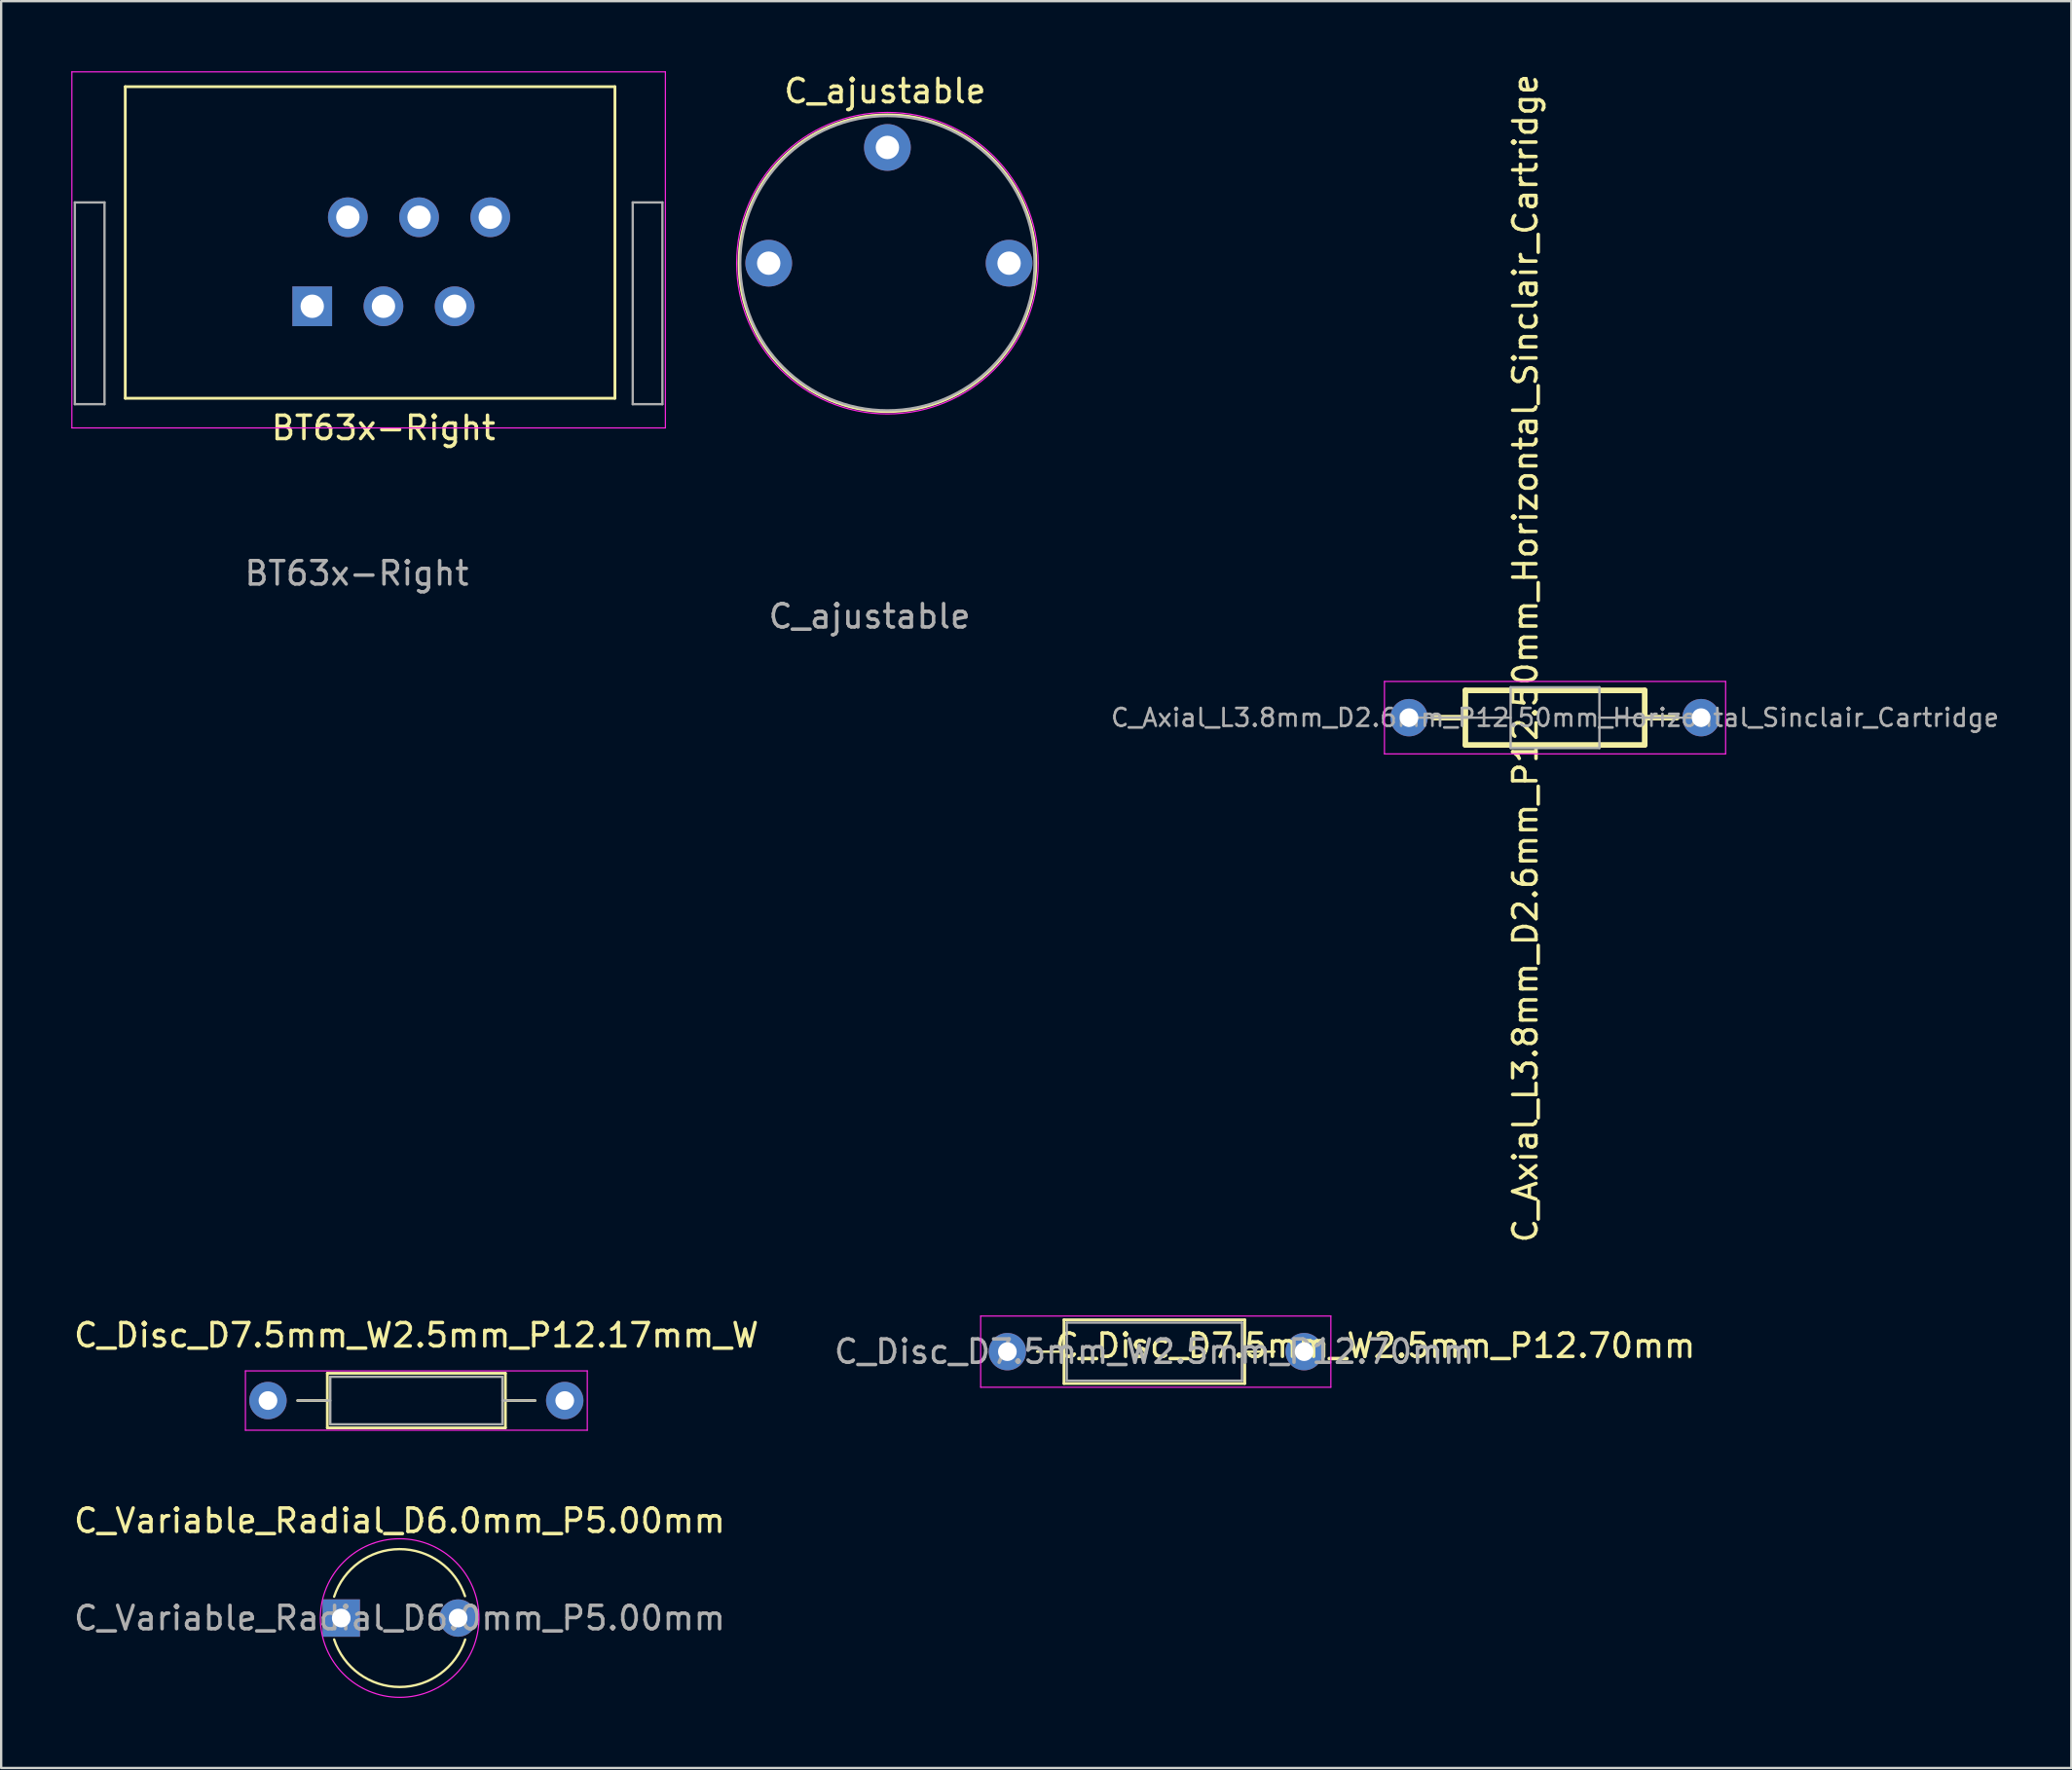
<source format=kicad_pcb>
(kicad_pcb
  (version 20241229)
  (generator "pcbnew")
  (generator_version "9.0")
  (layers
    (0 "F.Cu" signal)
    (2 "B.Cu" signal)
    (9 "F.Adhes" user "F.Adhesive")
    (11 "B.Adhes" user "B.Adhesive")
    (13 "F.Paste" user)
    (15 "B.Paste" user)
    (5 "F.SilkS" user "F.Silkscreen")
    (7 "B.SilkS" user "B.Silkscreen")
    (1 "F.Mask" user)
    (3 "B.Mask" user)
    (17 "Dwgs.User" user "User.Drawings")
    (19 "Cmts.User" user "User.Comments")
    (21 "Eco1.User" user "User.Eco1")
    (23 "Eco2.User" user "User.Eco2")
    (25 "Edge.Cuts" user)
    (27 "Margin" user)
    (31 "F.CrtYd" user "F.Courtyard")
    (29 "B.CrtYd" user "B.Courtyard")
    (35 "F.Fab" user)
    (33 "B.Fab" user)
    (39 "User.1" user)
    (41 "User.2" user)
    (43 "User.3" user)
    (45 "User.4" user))
  (footprint "C_Disc_D7.5mm_W2.5mm_P12.17mm_W"
    (layer "F.Cu")
    (at 8.418 56.892)
    (property "Reference" "C_Disc_D7.5mm_W2.5mm_P12.17mm_W" (at 6.35 -2.794 180) (layer "F.SilkS") (effects (font (size 1 1) (thickness 0.15))))
    (attr through_hole)
    (fp_line (start 1.27 0) (end 2.54 0) (stroke (width 0.12) (type solid)) (layer "F.SilkS"))
    (fp_line (start 2.54 -1.168) (end 2.54 1.168) (stroke (width 0.12) (type solid)) (layer "F.SilkS"))
    (fp_line (start 2.54 1.168) (end 10.16 1.168) (stroke (width 0.12) (type solid)) (layer "F.SilkS"))
    (fp_line (start 10.16 -1.168) (end 2.54 -1.168) (stroke (width 0.12) (type solid)) (layer "F.SilkS"))
    (fp_line (start 10.16 1.168) (end 10.16 -1.168) (stroke (width 0.12) (type solid)) (layer "F.SilkS"))
    (fp_line (start 11.43 0) (end 10.16 0) (stroke (width 0.12) (type solid)) (layer "F.SilkS"))
    (fp_line (start -0.965 -1.27) (end -0.965 1.27) (stroke (width 0.05) (type solid)) (layer "F.CrtYd"))
    (fp_line (start -0.965 1.27) (end 13.665 1.27) (stroke (width 0.05) (type solid)) (layer "F.CrtYd"))
    (fp_line (start 13.665 -1.27) (end -0.965 -1.27) (stroke (width 0.05) (type solid)) (layer "F.CrtYd"))
    (fp_line (start 13.665 1.27) (end 13.665 -1.27) (stroke (width 0.05) (type solid)) (layer "F.CrtYd"))
    (fp_line (start 1.27 0) (end 2.667 0) (stroke (width 0.1) (type solid)) (layer "F.Fab"))
    (fp_line (start 2.667 -1.016) (end 2.667 1.016) (stroke (width 0.1) (type solid)) (layer "F.Fab"))
    (fp_line (start 2.667 1.016) (end 10.033 1.016) (stroke (width 0.1) (type solid)) (layer "F.Fab"))
    (fp_line (start 10.033 -1.016) (end 2.667 -1.016) (stroke (width 0.1) (type solid)) (layer "F.Fab"))
    (fp_line (start 10.033 1.016) (end 10.033 -1.016) (stroke (width 0.1) (type solid)) (layer "F.Fab"))
    (fp_line (start 11.43 0) (end 10.033 0) (stroke (width 0.1) (type solid)) (layer "F.Fab"))
    (pad "1" thru_hole circle (at 0 0) (size 1.6 1.6) (drill 0.8) (layers "*.Cu" "*.Mask"))
    (pad "2" thru_hole oval (at 12.7 0) (size 1.6 1.6) (drill 0.8) (layers "*.Cu" "*.Mask")))
  (footprint "BT63x-Right"
    (layer "F.Cu")
    (at 10.312 10.058)
    (property "Reference" "BT63x-Right" (at 3.048 5.207 180) (layer "F.SilkS") (effects (font (size 1 1) (thickness 0.15))))
    (attr through_hole)
    (fp_line (start -8.001 -9.398) (end 12.954 -9.398) (stroke (width 0.12) (type solid)) (layer "F.SilkS"))
    (fp_line (start -8.001 3.937) (end -8.001 -9.398) (stroke (width 0.12) (type solid)) (layer "F.SilkS"))
    (fp_line (start -8.001 3.937) (end 12.954 3.937) (stroke (width 0.12) (type solid)) (layer "F.SilkS"))
    (fp_line (start 12.954 3.937) (end 12.954 -9.398) (stroke (width 0.12) (type solid)) (layer "F.SilkS"))
    (fp_line (start -10.287 -10.033) (end 15.113 -10.033) (stroke (width 0.05) (type solid)) (layer "F.CrtYd"))
    (fp_line (start -10.287 5.207) (end -10.287 -10.033) (stroke (width 0.05) (type solid)) (layer "F.CrtYd"))
    (fp_line (start 15.113 -10.033) (end 15.113 5.207) (stroke (width 0.05) (type solid)) (layer "F.CrtYd"))
    (fp_line (start 15.113 5.207) (end -10.287 5.207) (stroke (width 0.05) (type solid)) (layer "F.CrtYd"))
    (fp_line (start -10.16 -4.445) (end -8.89 -4.445) (stroke (width 0.1) (type solid)) (layer "F.Fab"))
    (fp_line (start -10.16 4.191) (end -10.16 -4.445) (stroke (width 0.1) (type solid)) (layer "F.Fab"))
    (fp_line (start -10.16 4.191) (end -8.89 4.191) (stroke (width 0.1) (type solid)) (layer "F.Fab"))
    (fp_line (start -8.89 4.191) (end -8.89 -4.445) (stroke (width 0.1) (type solid)) (layer "F.Fab"))
    (fp_line (start 13.716 -4.445) (end 14.986 -4.445) (stroke (width 0.1) (type solid)) (layer "F.Fab"))
    (fp_line (start 13.716 4.191) (end 13.716 -4.445) (stroke (width 0.1) (type solid)) (layer "F.Fab"))
    (fp_line (start 13.716 4.191) (end 14.986 4.191) (stroke (width 0.1) (type solid)) (layer "F.Fab"))
    (fp_line (start 14.986 4.191) (end 14.986 -4.445) (stroke (width 0.1) (type solid)) (layer "F.Fab"))
    (fp_text user "${REFERENCE}" (at 1.905 11.43 0) (layer "F.Fab") (effects (font (size 1 1) (thickness 0.15))))
    (pad "1" thru_hole rect (at 0 0 90) (size 1.7 1.7) (drill 1) (layers "*.Cu" "*.Mask"))
    (pad "2" thru_hole oval (at 1.524 -3.81 90) (size 1.7 1.7) (drill 1) (layers "*.Cu" "*.Mask"))
    (pad "3" thru_hole oval (at 3.048 0 90) (size 1.7 1.7) (drill 1) (layers "*.Cu" "*.Mask"))
    (pad "4" thru_hole oval (at 4.572 -3.81 90) (size 1.7 1.7) (drill 1) (layers "*.Cu" "*.Mask"))
    (pad "5" thru_hole oval (at 6.096 0 90) (size 1.7 1.7) (drill 1) (layers "*.Cu" "*.Mask"))
    (pad "6" thru_hole oval (at 7.62 -3.81 90) (size 1.7 1.7) (drill 1) (layers "*.Cu" "*.Mask")))
  (footprint "C_Disc_D7.5mm_W2.5mm_P12.70mm"
    (layer "F.Cu")
    (at 42.601 54.799)
    (property "Reference" "C_Disc_D7.5mm_W2.5mm_P12.70mm" (at 13.208 -0.254 180) (layer "F.SilkS") (effects (font (size 1 1) (thickness 0.15))))
    (attr through_hole)
    (fp_line (start -0.12 -1.364) (end -0.12 0) (stroke (width 0.12) (type solid)) (layer "F.SilkS"))
    (fp_line (start -0.12 -1.364) (end 7.62 -1.364) (stroke (width 0.12) (type solid)) (layer "F.SilkS"))
    (fp_line (start -0.12 0) (end -1.27 0) (stroke (width 0.1) (type default)) (layer "F.SilkS"))
    (fp_line (start -0.12 0) (end -0.12 1.364) (stroke (width 0.12) (type solid)) (layer "F.SilkS"))
    (fp_line (start -0.12 1.364) (end 7.62 1.364) (stroke (width 0.12) (type solid)) (layer "F.SilkS"))
    (fp_line (start 7.62 -1.364) (end 7.62 0) (stroke (width 0.12) (type solid)) (layer "F.SilkS"))
    (fp_line (start 7.62 0) (end 7.62 1.364) (stroke (width 0.12) (type solid)) (layer "F.SilkS"))
    (fp_line (start 7.62 0) (end 8.89 0) (stroke (width 0.1) (type default)) (layer "F.SilkS"))
    (fp_line (start -3.683 -1.524) (end -3.683 1.524) (stroke (width 0.05) (type solid)) (layer "F.CrtYd"))
    (fp_line (start -3.683 1.524) (end 11.303 1.524) (stroke (width 0.05) (type solid)) (layer "F.CrtYd"))
    (fp_line (start 11.303 -1.524) (end -3.683 -1.524) (stroke (width 0.05) (type solid)) (layer "F.CrtYd"))
    (fp_line (start 11.303 1.524) (end 11.303 -1.524) (stroke (width 0.05) (type solid)) (layer "F.CrtYd"))
    (fp_line (start 0 -1.244) (end 0 1.244) (stroke (width 0.1) (type solid)) (layer "F.Fab"))
    (fp_line (start 0 1.244) (end 7.5 1.244) (stroke (width 0.1) (type solid)) (layer "F.Fab"))
    (fp_line (start 7.5 -1.244) (end 0 -1.244) (stroke (width 0.1) (type solid)) (layer "F.Fab"))
    (fp_line (start 7.5 1.244) (end 7.5 -1.244) (stroke (width 0.1) (type solid)) (layer "F.Fab"))
    (fp_text user "${REFERENCE}" (at 3.75 0 180) (layer "F.Fab") (effects (font (size 1 1) (thickness 0.15))))
    (pad "1" thru_hole circle (at -2.54 0) (size 1.6 1.6) (drill 0.8) (layers "*.Cu" "*.Mask"))
    (pad "2" thru_hole circle (at 10.16 0) (size 1.6 1.6) (drill 0.8) (layers "*.Cu" "*.Mask")))
  (footprint "C_ajustable"
    (layer "F.Cu")
    (at 29.847 8.214)
    (property "Reference" "C_ajustable" (at 4.978 -7.366 0) (layer "F.SilkS") (effects (font (size 1 1) (thickness 0.15))))
    (attr through_hole)
    (fp_circle (center 5.08 0) (end 11.43 0) (stroke (width 0.12) (type solid)) (fill no) (layer "F.SilkS"))
    (fp_circle (center 5.08 0) (end 11.532 0) (stroke (width 0.05) (type solid)) (fill no) (layer "F.CrtYd"))
    (fp_circle (center 5.08 0) (end 11.379 0) (stroke (width 0.1) (type solid)) (fill no) (layer "F.Fab"))
    (fp_text user "${REFERENCE}" (at 4.318 15.113 0) (layer "F.Fab") (effects (font (size 1 1) (thickness 0.15))))
    (pad "1" thru_hole circle (at 5.08 -4.953) (size 2 2) (drill 1) (layers "*.Cu" "*.Mask"))
    (pad "2" thru_hole circle (at 10.287 0) (size 2 2) (drill 1) (layers "*.Cu" "*.Mask"))
    (pad "3" thru_hole circle (at 0 0) (size 2 2) (drill 1) (layers "*.Cu" "*.Mask")))
  (footprint "C_Axial_L3.8mm_D2.6mm_P12.50mm_Horizontal_Sinclair_Cartridge"
    (layer "F.Cu")
    (at 57.248 27.665)
    (property "Reference" "C_Axial_L3.8mm_D2.6mm_P12.50mm_Horizontal_Sinclair_Cartridge" (at 4.98 -2.54 90) (layer "F.SilkS") (effects (font (size 1 1) (thickness 0.15))))
    (attr through_hole)
    (fp_line (start 1.04 0) (end 2.413 0) (stroke (width 0.24) (type solid)) (layer "F.SilkS"))
    (fp_line (start 2.413 -1.168) (end 2.413 1.168) (stroke (width 0.24) (type solid)) (layer "F.SilkS"))
    (fp_line (start 2.413 1.168) (end 10.087 1.168) (stroke (width 0.24) (type solid)) (layer "F.SilkS"))
    (fp_line (start 10.087 -1.168) (end 2.413 -1.168) (stroke (width 0.24) (type solid)) (layer "F.SilkS"))
    (fp_line (start 10.087 1.168) (end 10.087 -1.168) (stroke (width 0.24) (type solid)) (layer "F.SilkS"))
    (fp_line (start 11.46 0) (end 10.087 0) (stroke (width 0.24) (type solid)) (layer "F.SilkS"))
    (fp_line (start -1.05 -1.55) (end -1.05 1.55) (stroke (width 0.05) (type solid)) (layer "F.CrtYd"))
    (fp_line (start -1.05 1.55) (end 13.55 1.55) (stroke (width 0.05) (type solid)) (layer "F.CrtYd"))
    (fp_line (start 13.55 -1.55) (end -1.05 -1.55) (stroke (width 0.05) (type solid)) (layer "F.CrtYd"))
    (fp_line (start 13.55 1.55) (end 13.55 -1.55) (stroke (width 0.05) (type solid)) (layer "F.CrtYd"))
    (fp_line (start 0 0) (end 4.35 0) (stroke (width 0.1) (type solid)) (layer "F.Fab"))
    (fp_line (start 4.35 -1.3) (end 4.35 1.3) (stroke (width 0.1) (type solid)) (layer "F.Fab"))
    (fp_line (start 4.35 1.3) (end 8.15 1.3) (stroke (width 0.1) (type solid)) (layer "F.Fab"))
    (fp_line (start 8.15 -1.3) (end 4.35 -1.3) (stroke (width 0.1) (type solid)) (layer "F.Fab"))
    (fp_line (start 8.15 1.3) (end 8.15 -1.3) (stroke (width 0.1) (type solid)) (layer "F.Fab"))
    (fp_line (start 12.5 0) (end 8.15 0) (stroke (width 0.1) (type solid)) (layer "F.Fab"))
    (fp_text user "${REFERENCE}" (at 6.25 0 0) (layer "F.Fab") (effects (font (size 0.76 0.76) (thickness 0.114))))
    (pad "1" thru_hole circle (at 0 0) (size 1.6 1.6) (drill 0.8) (layers "*.Cu" "*.Mask"))
    (pad "2" thru_hole oval (at 12.5 0) (size 1.6 1.6) (drill 0.8) (layers "*.Cu" "*.Mask")))
  (footprint "C_Variable_Radial_D6.0mm_P5.00mm"
    (layer "F.Cu")
    (at 11.554 66.201)
    (property "Reference" "C_Variable_Radial_D6.0mm_P5.00mm" (at 2.5 -4.166 0) (layer "F.SilkS") (effects (font (size 1 1) (thickness 0.15))))
    (attr through_hole)
    (fp_arc (start -0.3048 -0.9144) (mid 2.487836 -2.950065) (end 5.297164 -0.937499) (stroke (width 0.1) (type default)) (layer "F.SilkS"))
    (fp_arc (start 5.303817 0.917406) (mid 2.498417 2.950088) (end -0.3048 0.914397) (stroke (width 0.1) (type default)) (layer "F.SilkS"))
    (fp_circle (center 2.5 0) (end 5.893 0.051) (stroke (width 0.05) (type solid)) (fill no) (layer "F.CrtYd"))
    (fp_text user "${REFERENCE}" (at 2.5 0 0) (layer "F.Fab") (effects (font (size 1 1) (thickness 0.15))))
    (pad "1" thru_hole rect (at 0 0) (size 1.6 1.6) (drill 0.8) (layers "*.Cu" "*.Mask"))
    (pad "2" thru_hole circle (at 5 0) (size 1.6 1.6) (drill 0.8) (layers "*.Cu" "*.Mask")))
  (gr_rect
    (start -3 -3)
    (end 85.593 72.619)
    (stroke (width 0.1) (type default))
    (fill no)
    (layer "Edge.Cuts")))
</source>
